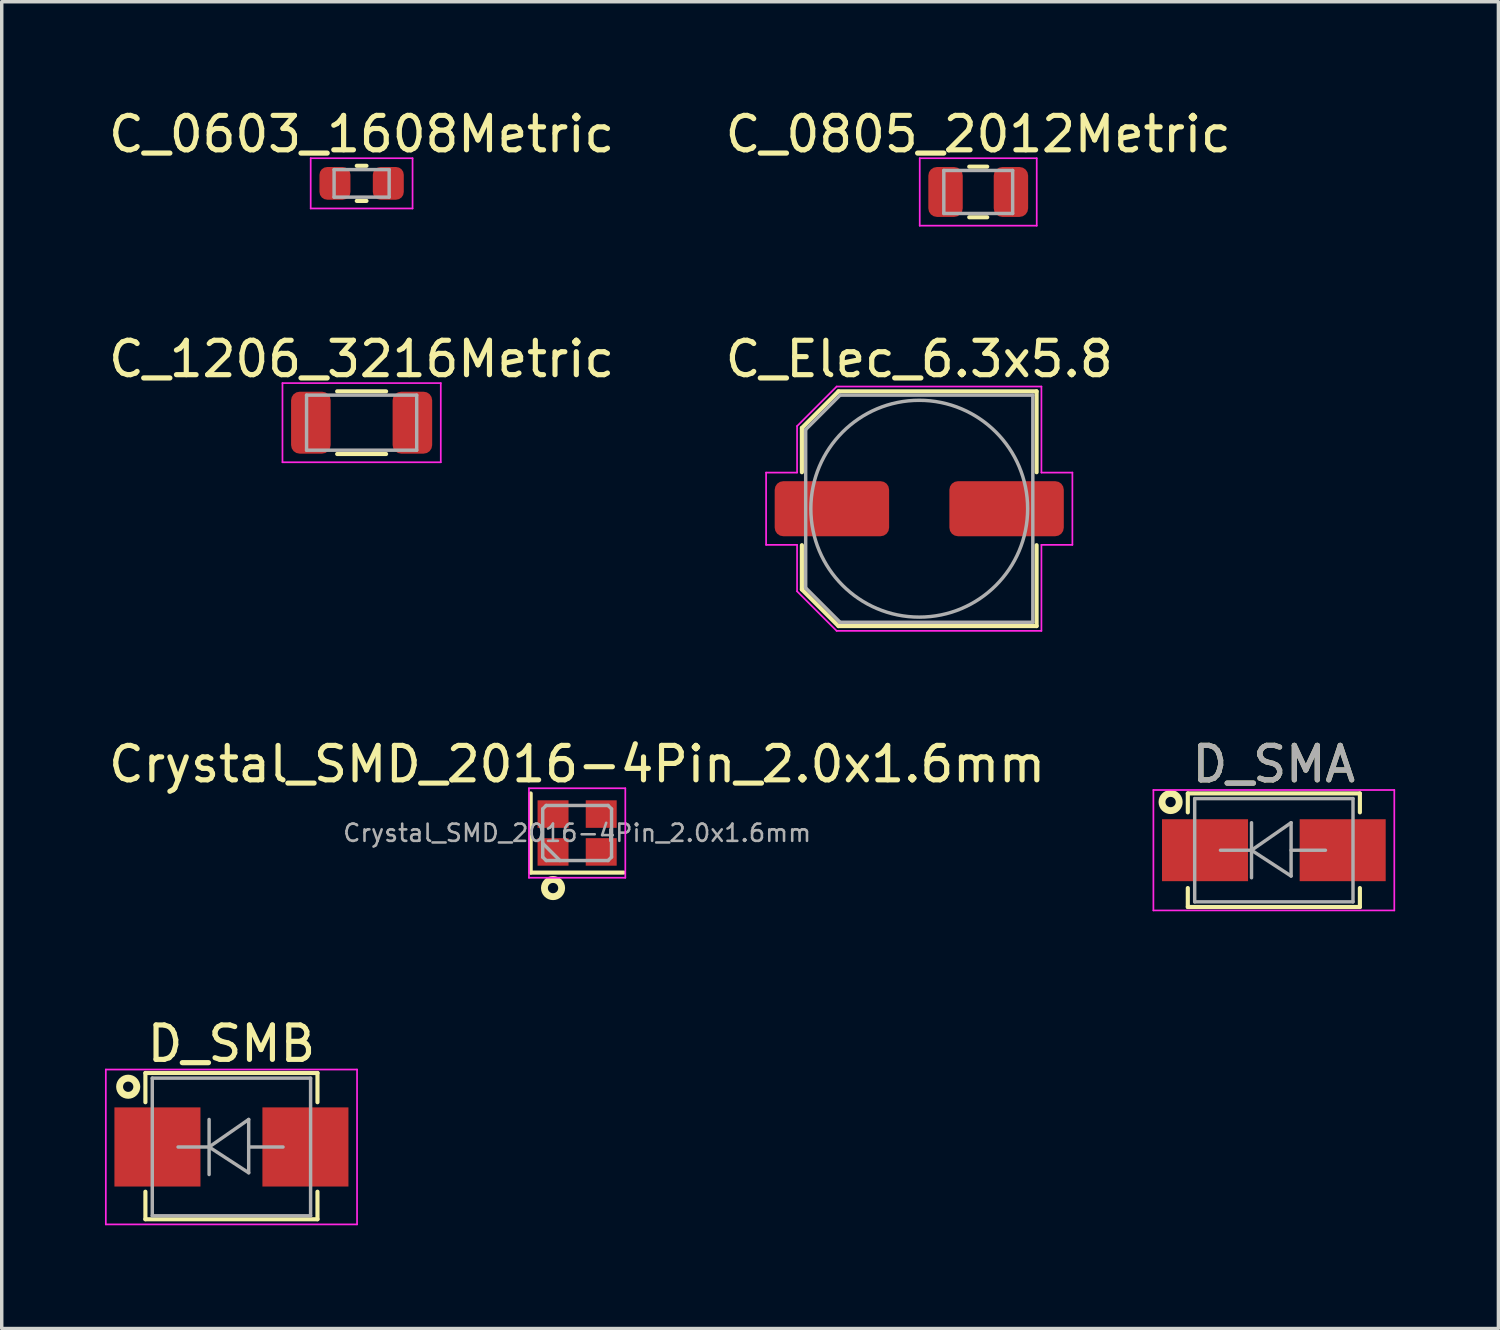
<source format=kicad_pcb>
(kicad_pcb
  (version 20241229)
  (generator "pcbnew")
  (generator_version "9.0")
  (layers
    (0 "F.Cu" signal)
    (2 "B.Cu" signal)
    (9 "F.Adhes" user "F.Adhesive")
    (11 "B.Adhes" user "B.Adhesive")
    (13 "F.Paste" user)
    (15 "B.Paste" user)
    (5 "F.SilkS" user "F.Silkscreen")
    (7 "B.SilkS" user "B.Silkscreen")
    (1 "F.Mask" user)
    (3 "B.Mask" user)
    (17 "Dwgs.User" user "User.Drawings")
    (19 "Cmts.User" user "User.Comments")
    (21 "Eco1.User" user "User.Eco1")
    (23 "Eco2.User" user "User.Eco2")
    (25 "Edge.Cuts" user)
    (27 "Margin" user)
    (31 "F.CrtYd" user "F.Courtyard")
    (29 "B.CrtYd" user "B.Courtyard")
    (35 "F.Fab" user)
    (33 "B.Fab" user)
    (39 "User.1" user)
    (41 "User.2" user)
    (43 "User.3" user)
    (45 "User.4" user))
  (footprint "D_SMB"
    (layer "F.Cu")
    (at 3.675 30.278)
    (property "Reference" "D_SMB" (at 0 -3 0) (layer "F.SilkS") (effects (font (size 1 1) (thickness 0.15))))
    (attr smd)
    (fp_line (start -2.5 -2.15) (end -2.5 -1.3) (stroke (width 0.12) (type solid)) (layer "F.SilkS"))
    (fp_line (start -2.5 -2.15) (end 2.5 -2.15) (stroke (width 0.12) (type solid)) (layer "F.SilkS"))
    (fp_line (start -2.5 1.3) (end -2.5 2.1) (stroke (width 0.12) (type solid)) (layer "F.SilkS"))
    (fp_line (start -2.5 2.1) (end 2.5 2.1) (stroke (width 0.12) (type solid)) (layer "F.SilkS"))
    (fp_line (start 2.5 -2.15) (end 2.5 -1.3) (stroke (width 0.12) (type solid)) (layer "F.SilkS"))
    (fp_line (start 2.5 1.3) (end 2.5 2.1) (stroke (width 0.12) (type solid)) (layer "F.SilkS"))
    (fp_circle (center -3 -1.75) (end -2.75 -1.75) (stroke (width 0.2) (type solid)) (fill no) (layer "F.SilkS"))
    (fp_line (start -3.65 -2.25) (end 3.65 -2.25) (stroke (width 0.05) (type solid)) (layer "F.CrtYd"))
    (fp_line (start -3.65 2.25) (end -3.65 -2.25) (stroke (width 0.05) (type solid)) (layer "F.CrtYd"))
    (fp_line (start 3.65 -2.25) (end 3.65 2.25) (stroke (width 0.05) (type solid)) (layer "F.CrtYd"))
    (fp_line (start 3.65 2.25) (end -3.65 2.25) (stroke (width 0.05) (type solid)) (layer "F.CrtYd"))
    (fp_line (start -2.3 2) (end -2.3 -2) (stroke (width 0.1) (type solid)) (layer "F.Fab"))
    (fp_line (start -0.649 -0.799) (end -0.649 0.801) (stroke (width 0.1) (type solid)) (layer "F.Fab"))
    (fp_line (start -0.649 0.001) (end -1.551 0.001) (stroke (width 0.1) (type solid)) (layer "F.Fab"))
    (fp_line (start -0.649 0.001) (end 0.501 -0.799) (stroke (width 0.1) (type solid)) (layer "F.Fab"))
    (fp_line (start -0.649 0.001) (end 0.501 0.75) (stroke (width 0.1) (type solid)) (layer "F.Fab"))
    (fp_line (start 0.501 0.001) (end 1.499 0.001) (stroke (width 0.1) (type solid)) (layer "F.Fab"))
    (fp_line (start 0.501 0.75) (end 0.501 -0.799) (stroke (width 0.1) (type solid)) (layer "F.Fab"))
    (fp_line (start 2.3 -2) (end -2.3 -2) (stroke (width 0.1) (type solid)) (layer "F.Fab"))
    (fp_line (start 2.3 -2) (end 2.3 2) (stroke (width 0.1) (type solid)) (layer "F.Fab"))
    (fp_line (start 2.3 2) (end -2.3 2) (stroke (width 0.1) (type solid)) (layer "F.Fab"))
    (pad "1" smd rect (at -2.15 0) (size 2.5 2.3) (layers "F.Cu" "F.Mask" "F.Paste"))
    (pad "2" smd rect (at 2.15 0) (size 2.5 2.3) (layers "F.Cu" "F.Mask" "F.Paste")))
  (footprint "Crystal_SMD_2016-4Pin_2.0x1.6mm"
    (layer "F.Cu")
    (at 13.72 21.155)
    (property "Reference" "Crystal_SMD_2016-4Pin_2.0x1.6mm" (at 0 -2 0) (layer "F.SilkS") (effects (font (size 1 1) (thickness 0.15))))
    (attr smd)
    (fp_line (start -1.35 -1.15) (end -1.35 1.15) (stroke (width 0.12) (type solid)) (layer "F.SilkS"))
    (fp_line (start -1.35 1.15) (end 1.35 1.15) (stroke (width 0.12) (type solid)) (layer "F.SilkS"))
    (fp_circle (center -0.7 1.6) (end -0.45 1.6) (stroke (width 0.2) (type solid)) (fill no) (layer "F.SilkS"))
    (fp_line (start -1.4 -1.3) (end -1.4 1.3) (stroke (width 0.05) (type solid)) (layer "F.CrtYd"))
    (fp_line (start -1.4 1.3) (end 1.4 1.3) (stroke (width 0.05) (type solid)) (layer "F.CrtYd"))
    (fp_line (start 1.4 -1.3) (end -1.4 -1.3) (stroke (width 0.05) (type solid)) (layer "F.CrtYd"))
    (fp_line (start 1.4 1.3) (end 1.4 -1.3) (stroke (width 0.05) (type solid)) (layer "F.CrtYd"))
    (fp_line (start -1 -0.7) (end -0.9 -0.8) (stroke (width 0.1) (type solid)) (layer "F.Fab"))
    (fp_line (start -1 0.3) (end -0.5 0.8) (stroke (width 0.1) (type solid)) (layer "F.Fab"))
    (fp_line (start -1 0.7) (end -1 -0.7) (stroke (width 0.1) (type solid)) (layer "F.Fab"))
    (fp_line (start -0.9 -0.8) (end 0.9 -0.8) (stroke (width 0.1) (type solid)) (layer "F.Fab"))
    (fp_line (start -0.9 0.8) (end -1 0.7) (stroke (width 0.1) (type solid)) (layer "F.Fab"))
    (fp_line (start 0.9 -0.8) (end 1 -0.7) (stroke (width 0.1) (type solid)) (layer "F.Fab"))
    (fp_line (start 0.9 0.8) (end -0.9 0.8) (stroke (width 0.1) (type solid)) (layer "F.Fab"))
    (fp_line (start 1 -0.7) (end 1 0.7) (stroke (width 0.1) (type solid)) (layer "F.Fab"))
    (fp_line (start 1 0.7) (end 0.9 0.8) (stroke (width 0.1) (type solid)) (layer "F.Fab"))
    (fp_text user "${REFERENCE}" (at 0 0 0) (layer "F.Fab") (effects (font (size 0.5 0.5) (thickness 0.075))))
    (pad "1" smd rect (at -0.7 0.55) (size 0.9 0.8) (layers "F.Cu" "F.Mask" "F.Paste"))
    (pad "2" smd rect (at 0.7 0.55) (size 0.9 0.8) (layers "F.Cu" "F.Mask" "F.Paste"))
    (pad "3" smd rect (at 0.7 -0.55) (size 0.9 0.8) (layers "F.Cu" "F.Mask" "F.Paste"))
    (pad "4" smd rect (at -0.7 -0.55) (size 0.9 0.8) (layers "F.Cu" "F.Mask" "F.Paste")))
  (footprint "C_Elec_6.3x5.8"
    (layer "F.Cu")
    (at 23.661 11.732)
    (property "Reference" "C_Elec_6.3x5.8" (at 0 -4.35 0) (layer "F.SilkS") (effects (font (size 1 1) (thickness 0.15))))
    (attr smd)
    (fp_line (start -3.41 -2.346) (end -3.41 -1.06) (stroke (width 0.12) (type solid)) (layer "F.SilkS"))
    (fp_line (start -3.41 -2.346) (end -2.346 -3.41) (stroke (width 0.12) (type solid)) (layer "F.SilkS"))
    (fp_line (start -3.41 2.346) (end -3.41 1.06) (stroke (width 0.12) (type solid)) (layer "F.SilkS"))
    (fp_line (start -3.41 2.346) (end -2.346 3.41) (stroke (width 0.12) (type solid)) (layer "F.SilkS"))
    (fp_line (start -2.346 -3.41) (end 3.41 -3.41) (stroke (width 0.12) (type solid)) (layer "F.SilkS"))
    (fp_line (start -2.346 3.41) (end 3.41 3.41) (stroke (width 0.12) (type solid)) (layer "F.SilkS"))
    (fp_line (start 3.41 -3.41) (end 3.41 -1.06) (stroke (width 0.12) (type solid)) (layer "F.SilkS"))
    (fp_line (start 3.41 3.41) (end 3.41 1.06) (stroke (width 0.12) (type solid)) (layer "F.SilkS"))
    (fp_line (start -4.45 -1.05) (end -4.45 1.05) (stroke (width 0.05) (type solid)) (layer "F.CrtYd"))
    (fp_line (start -4.45 1.05) (end -3.55 1.05) (stroke (width 0.05) (type solid)) (layer "F.CrtYd"))
    (fp_line (start -3.55 -2.4) (end -3.55 -1.05) (stroke (width 0.05) (type solid)) (layer "F.CrtYd"))
    (fp_line (start -3.55 -2.4) (end -2.4 -3.55) (stroke (width 0.05) (type solid)) (layer "F.CrtYd"))
    (fp_line (start -3.55 -1.05) (end -4.45 -1.05) (stroke (width 0.05) (type solid)) (layer "F.CrtYd"))
    (fp_line (start -3.55 1.05) (end -3.55 2.4) (stroke (width 0.05) (type solid)) (layer "F.CrtYd"))
    (fp_line (start -3.55 2.4) (end -2.4 3.55) (stroke (width 0.05) (type solid)) (layer "F.CrtYd"))
    (fp_line (start -2.4 -3.55) (end 3.55 -3.55) (stroke (width 0.05) (type solid)) (layer "F.CrtYd"))
    (fp_line (start -2.4 3.55) (end 3.55 3.55) (stroke (width 0.05) (type solid)) (layer "F.CrtYd"))
    (fp_line (start 3.55 -3.55) (end 3.55 -1.05) (stroke (width 0.05) (type solid)) (layer "F.CrtYd"))
    (fp_line (start 3.55 -1.05) (end 4.45 -1.05) (stroke (width 0.05) (type solid)) (layer "F.CrtYd"))
    (fp_line (start 3.55 1.05) (end 3.55 3.55) (stroke (width 0.05) (type solid)) (layer "F.CrtYd"))
    (fp_line (start 4.45 -1.05) (end 4.45 1.05) (stroke (width 0.05) (type solid)) (layer "F.CrtYd"))
    (fp_line (start 4.45 1.05) (end 3.55 1.05) (stroke (width 0.05) (type solid)) (layer "F.CrtYd"))
    (fp_line (start -3.3 -2.3) (end -3.3 2.3) (stroke (width 0.1) (type solid)) (layer "F.Fab"))
    (fp_line (start -3.3 -2.3) (end -2.3 -3.3) (stroke (width 0.1) (type solid)) (layer "F.Fab"))
    (fp_line (start -3.3 2.3) (end -2.3 3.3) (stroke (width 0.1) (type solid)) (layer "F.Fab"))
    (fp_line (start -2.3 -3.3) (end 3.3 -3.3) (stroke (width 0.1) (type solid)) (layer "F.Fab"))
    (fp_line (start -2.3 3.3) (end 3.3 3.3) (stroke (width 0.1) (type solid)) (layer "F.Fab"))
    (fp_line (start 3.3 -3.3) (end 3.3 3.3) (stroke (width 0.1) (type solid)) (layer "F.Fab"))
    (fp_circle (center 0 0) (end 3.15 0) (stroke (width 0.1) (type solid)) (fill no) (layer "F.Fab"))
    (pad "1" smd roundrect (at -2.538 0) (size 3.325 1.6) (layers "F.Cu" "F.Mask" "F.Paste") (roundrect_rratio 0.156))
    (pad "2" smd roundrect (at 2.538 0) (size 3.325 1.6) (layers "F.Cu" "F.Mask" "F.Paste") (roundrect_rratio 0.156)))
  (footprint "C_1206_3216Metric"
    (layer "F.Cu")
    (at 7.458 9.232)
    (property "Reference" "C_1206_3216Metric" (at 0 -1.85 0) (layer "F.SilkS") (effects (font (size 1 1) (thickness 0.15))))
    (attr smd)
    (fp_line (start -0.711 -0.91) (end 0.711 -0.91) (stroke (width 0.12) (type solid)) (layer "F.SilkS"))
    (fp_line (start -0.711 0.91) (end 0.711 0.91) (stroke (width 0.12) (type solid)) (layer "F.SilkS"))
    (fp_line (start -2.3 -1.15) (end 2.3 -1.15) (stroke (width 0.05) (type solid)) (layer "F.CrtYd"))
    (fp_line (start -2.3 1.15) (end -2.3 -1.15) (stroke (width 0.05) (type solid)) (layer "F.CrtYd"))
    (fp_line (start 2.3 -1.15) (end 2.3 1.15) (stroke (width 0.05) (type solid)) (layer "F.CrtYd"))
    (fp_line (start 2.3 1.15) (end -2.3 1.15) (stroke (width 0.05) (type solid)) (layer "F.CrtYd"))
    (fp_line (start -1.6 -0.8) (end 1.6 -0.8) (stroke (width 0.1) (type solid)) (layer "F.Fab"))
    (fp_line (start -1.6 0.8) (end -1.6 -0.8) (stroke (width 0.1) (type solid)) (layer "F.Fab"))
    (fp_line (start 1.6 -0.8) (end 1.6 0.8) (stroke (width 0.1) (type solid)) (layer "F.Fab"))
    (fp_line (start 1.6 0.8) (end -1.6 0.8) (stroke (width 0.1) (type solid)) (layer "F.Fab"))
    (pad "1" smd roundrect (at -1.475 0) (size 1.15 1.8) (layers "F.Cu" "F.Mask" "F.Paste") (roundrect_rratio 0.217))
    (pad "2" smd roundrect (at 1.475 0) (size 1.15 1.8) (layers "F.Cu" "F.Mask" "F.Paste") (roundrect_rratio 0.217)))
  (footprint "D_SMA"
    (layer "F.Cu")
    (at 33.965 21.655)
    (property "Reference" "D_SMA" (at 0 -2.5 0) (layer "F.SilkS") (effects (font (size 1 1) (thickness 0.15))))
    (attr smd)
    (fp_line (start -2.5 -1.65) (end -2.5 -1.1) (stroke (width 0.12) (type solid)) (layer "F.SilkS"))
    (fp_line (start -2.5 -1.65) (end 2.5 -1.65) (stroke (width 0.12) (type solid)) (layer "F.SilkS"))
    (fp_line (start -2.5 1.1) (end -2.5 1.65) (stroke (width 0.12) (type solid)) (layer "F.SilkS"))
    (fp_line (start -2.5 1.65) (end 2.5 1.65) (stroke (width 0.12) (type solid)) (layer "F.SilkS"))
    (fp_line (start 2.5 -1.65) (end 2.5 -1.1) (stroke (width 0.12) (type solid)) (layer "F.SilkS"))
    (fp_line (start 2.5 1.1) (end 2.5 1.65) (stroke (width 0.12) (type solid)) (layer "F.SilkS"))
    (fp_circle (center -3 -1.4) (end -2.75 -1.4) (stroke (width 0.2) (type solid)) (fill no) (layer "F.SilkS"))
    (fp_line (start -3.5 -1.75) (end 3.5 -1.75) (stroke (width 0.05) (type solid)) (layer "F.CrtYd"))
    (fp_line (start -3.5 1.75) (end -3.5 -1.75) (stroke (width 0.05) (type solid)) (layer "F.CrtYd"))
    (fp_line (start 3.5 -1.75) (end 3.5 1.75) (stroke (width 0.05) (type solid)) (layer "F.CrtYd"))
    (fp_line (start 3.5 1.75) (end -3.5 1.75) (stroke (width 0.05) (type solid)) (layer "F.CrtYd"))
    (fp_line (start -2.3 1.5) (end -2.3 -1.5) (stroke (width 0.1) (type solid)) (layer "F.Fab"))
    (fp_line (start -0.649 -0.799) (end -0.649 0.801) (stroke (width 0.1) (type solid)) (layer "F.Fab"))
    (fp_line (start -0.649 0.001) (end -1.551 0.001) (stroke (width 0.1) (type solid)) (layer "F.Fab"))
    (fp_line (start -0.649 0.001) (end 0.501 -0.799) (stroke (width 0.1) (type solid)) (layer "F.Fab"))
    (fp_line (start -0.649 0.001) (end 0.501 0.75) (stroke (width 0.1) (type solid)) (layer "F.Fab"))
    (fp_line (start 0.501 0.001) (end 1.499 0.001) (stroke (width 0.1) (type solid)) (layer "F.Fab"))
    (fp_line (start 0.501 0.75) (end 0.501 -0.799) (stroke (width 0.1) (type solid)) (layer "F.Fab"))
    (fp_line (start 2.3 -1.5) (end -2.3 -1.5) (stroke (width 0.1) (type solid)) (layer "F.Fab"))
    (fp_line (start 2.3 -1.5) (end 2.3 1.5) (stroke (width 0.1) (type solid)) (layer "F.Fab"))
    (fp_line (start 2.3 1.5) (end -2.3 1.5) (stroke (width 0.1) (type solid)) (layer "F.Fab"))
    (fp_text user "${REFERENCE}" (at 0 -2.5 0) (layer "F.Fab") (effects (font (size 1 1) (thickness 0.15))))
    (pad "1" smd rect (at -2 0) (size 2.5 1.8) (layers "F.Cu" "F.Mask" "F.Paste"))
    (pad "2" smd rect (at 2 0) (size 2.5 1.8) (layers "F.Cu" "F.Mask" "F.Paste")))
  (footprint "C_0603_1608Metric"
    (layer "F.Cu")
    (at 7.458 2.278)
    (property "Reference" "C_0603_1608Metric" (at 0 -1.43 0) (layer "F.SilkS") (effects (font (size 1 1) (thickness 0.15))))
    (attr smd)
    (fp_line (start -0.141 -0.51) (end 0.141 -0.51) (stroke (width 0.12) (type solid)) (layer "F.SilkS"))
    (fp_line (start -0.141 0.51) (end 0.141 0.51) (stroke (width 0.12) (type solid)) (layer "F.SilkS"))
    (fp_line (start -1.48 -0.73) (end 1.48 -0.73) (stroke (width 0.05) (type solid)) (layer "F.CrtYd"))
    (fp_line (start -1.48 0.73) (end -1.48 -0.73) (stroke (width 0.05) (type solid)) (layer "F.CrtYd"))
    (fp_line (start 1.48 -0.73) (end 1.48 0.73) (stroke (width 0.05) (type solid)) (layer "F.CrtYd"))
    (fp_line (start 1.48 0.73) (end -1.48 0.73) (stroke (width 0.05) (type solid)) (layer "F.CrtYd"))
    (fp_line (start -0.8 -0.4) (end 0.8 -0.4) (stroke (width 0.1) (type solid)) (layer "F.Fab"))
    (fp_line (start -0.8 0.4) (end -0.8 -0.4) (stroke (width 0.1) (type solid)) (layer "F.Fab"))
    (fp_line (start 0.8 -0.4) (end 0.8 0.4) (stroke (width 0.1) (type solid)) (layer "F.Fab"))
    (fp_line (start 0.8 0.4) (end -0.8 0.4) (stroke (width 0.1) (type solid)) (layer "F.Fab"))
    (pad "1" smd roundrect (at -0.775 0) (size 0.9 0.95) (layers "F.Cu" "F.Mask" "F.Paste") (roundrect_rratio 0.25))
    (pad "2" smd roundrect (at 0.775 0) (size 0.9 0.95) (layers "F.Cu" "F.Mask" "F.Paste") (roundrect_rratio 0.25)))
  (footprint "C_0805_2012Metric"
    (layer "F.Cu")
    (at 25.375 2.528)
    (property "Reference" "C_0805_2012Metric" (at 0 -1.68 0) (layer "F.SilkS") (effects (font (size 1 1) (thickness 0.15))))
    (attr smd)
    (fp_line (start -0.261 -0.735) (end 0.261 -0.735) (stroke (width 0.12) (type solid)) (layer "F.SilkS"))
    (fp_line (start -0.261 0.735) (end 0.261 0.735) (stroke (width 0.12) (type solid)) (layer "F.SilkS"))
    (fp_line (start -1.7 -0.98) (end 1.7 -0.98) (stroke (width 0.05) (type solid)) (layer "F.CrtYd"))
    (fp_line (start -1.7 0.98) (end -1.7 -0.98) (stroke (width 0.05) (type solid)) (layer "F.CrtYd"))
    (fp_line (start 1.7 -0.98) (end 1.7 0.98) (stroke (width 0.05) (type solid)) (layer "F.CrtYd"))
    (fp_line (start 1.7 0.98) (end -1.7 0.98) (stroke (width 0.05) (type solid)) (layer "F.CrtYd"))
    (fp_line (start -1 -0.625) (end 1 -0.625) (stroke (width 0.1) (type solid)) (layer "F.Fab"))
    (fp_line (start -1 0.625) (end -1 -0.625) (stroke (width 0.1) (type solid)) (layer "F.Fab"))
    (fp_line (start 1 -0.625) (end 1 0.625) (stroke (width 0.1) (type solid)) (layer "F.Fab"))
    (fp_line (start 1 0.625) (end -1 0.625) (stroke (width 0.1) (type solid)) (layer "F.Fab"))
    (pad "1" smd roundrect (at -0.95 0) (size 1 1.45) (layers "F.Cu" "F.Mask" "F.Paste") (roundrect_rratio 0.25))
    (pad "2" smd roundrect (at 0.95 0) (size 1 1.45) (layers "F.Cu" "F.Mask" "F.Paste") (roundrect_rratio 0.25)))
  (gr_rect
    (start -3 -3)
    (end 40.49 35.553)
    (stroke (width 0.1) (type default))
    (fill no)
    (layer "Edge.Cuts")))
</source>
